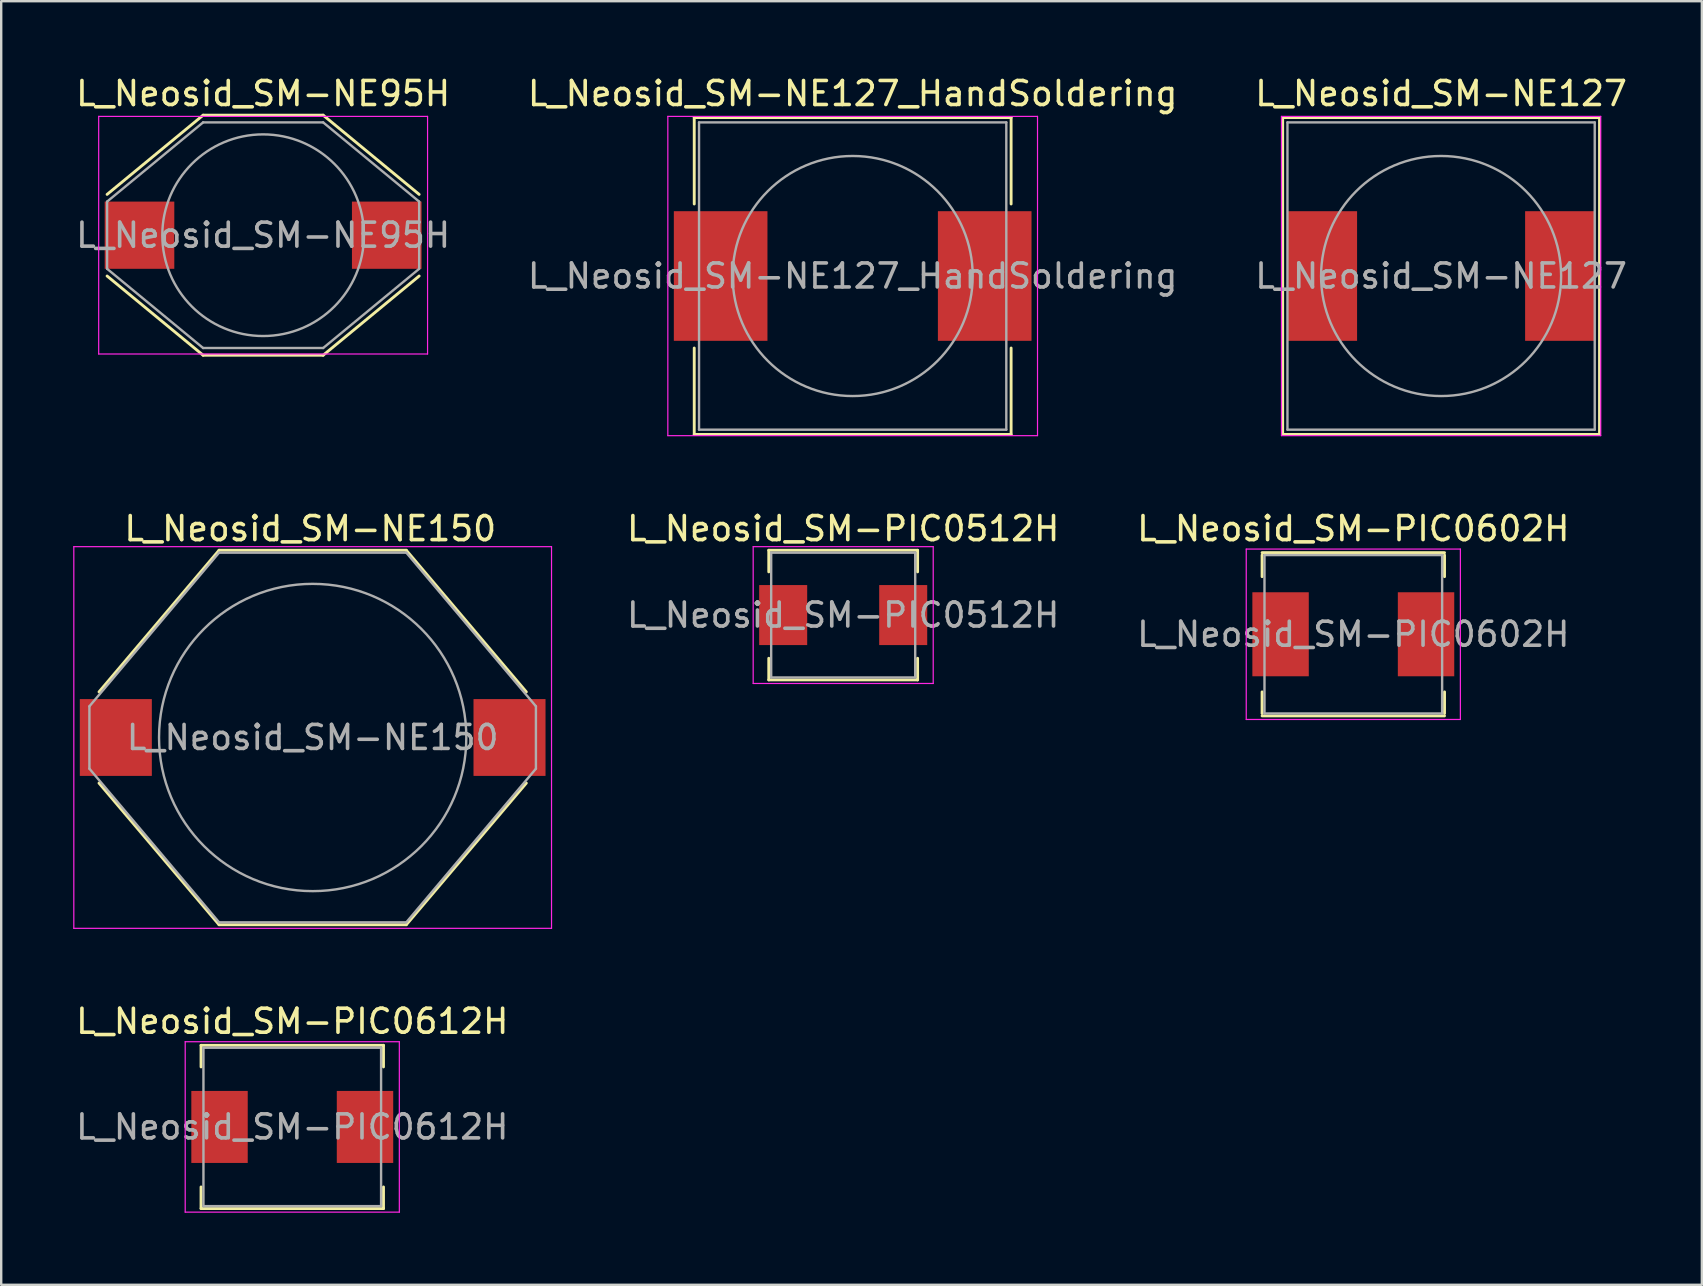
<source format=kicad_pcb>
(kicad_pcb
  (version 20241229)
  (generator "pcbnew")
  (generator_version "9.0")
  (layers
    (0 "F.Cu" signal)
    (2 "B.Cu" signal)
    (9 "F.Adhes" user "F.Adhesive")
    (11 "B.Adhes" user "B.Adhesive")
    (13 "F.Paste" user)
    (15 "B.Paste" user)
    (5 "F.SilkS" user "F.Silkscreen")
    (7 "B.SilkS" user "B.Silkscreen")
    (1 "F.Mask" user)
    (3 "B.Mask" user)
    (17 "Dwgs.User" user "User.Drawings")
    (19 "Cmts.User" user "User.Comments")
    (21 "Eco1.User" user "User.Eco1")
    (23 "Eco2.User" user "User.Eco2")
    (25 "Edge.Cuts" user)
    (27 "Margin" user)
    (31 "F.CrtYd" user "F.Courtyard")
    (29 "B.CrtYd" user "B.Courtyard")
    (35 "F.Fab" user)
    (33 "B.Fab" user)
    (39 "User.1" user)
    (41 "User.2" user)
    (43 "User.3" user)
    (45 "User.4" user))
  (footprint "L_Neosid_SM-NE150"
    (layer "F.Cu")
    (at 9.975 27.672)
    (property "Reference" "L_Neosid_SM-NE150" (at -0.1 -8.7 0) (layer "F.SilkS") (effects (font (size 1 1) (thickness 0.15))))
    (attr smd)
    (fp_line (start -8.9 1.9) (end -3.9 7.8) (stroke (width 0.12) (type solid)) (layer "F.SilkS"))
    (fp_line (start -3.9 -7.8) (end -8.9 -1.9) (stroke (width 0.12) (type solid)) (layer "F.SilkS"))
    (fp_line (start -3.9 -7.8) (end 3.9 -7.8) (stroke (width 0.12) (type solid)) (layer "F.SilkS"))
    (fp_line (start -3.9 7.8) (end 3.9 7.8) (stroke (width 0.12) (type solid)) (layer "F.SilkS"))
    (fp_line (start 3.9 -7.8) (end 8.9 -1.9) (stroke (width 0.12) (type solid)) (layer "F.SilkS"))
    (fp_line (start 3.9 7.8) (end 8.9 1.9) (stroke (width 0.12) (type solid)) (layer "F.SilkS"))
    (fp_line (start -9.95 -7.95) (end -9.95 7.95) (stroke (width 0.05) (type solid)) (layer "F.CrtYd"))
    (fp_line (start -9.95 -7.95) (end 9.95 -7.95) (stroke (width 0.05) (type solid)) (layer "F.CrtYd"))
    (fp_line (start 9.95 7.95) (end -9.95 7.95) (stroke (width 0.05) (type solid)) (layer "F.CrtYd"))
    (fp_line (start 9.95 7.95) (end 9.95 -7.95) (stroke (width 0.05) (type solid)) (layer "F.CrtYd"))
    (fp_line (start -9.3 -1.3) (end -3.9 -7.7) (stroke (width 0.1) (type solid)) (layer "F.Fab"))
    (fp_line (start -9.3 1.3) (end -9.3 -1.3) (stroke (width 0.1) (type solid)) (layer "F.Fab"))
    (fp_line (start -3.9 -7.7) (end 3.9 -7.7) (stroke (width 0.1) (type solid)) (layer "F.Fab"))
    (fp_line (start -3.9 7.7) (end -9.3 1.3) (stroke (width 0.1) (type solid)) (layer "F.Fab"))
    (fp_line (start 3.9 -7.7) (end 9.3 -1.3) (stroke (width 0.1) (type solid)) (layer "F.Fab"))
    (fp_line (start 3.9 7.7) (end -3.9 7.7) (stroke (width 0.1) (type solid)) (layer "F.Fab"))
    (fp_line (start 9.3 -1.3) (end 9.3 1.3) (stroke (width 0.1) (type solid)) (layer "F.Fab"))
    (fp_line (start 9.3 1.3) (end 3.9 7.7) (stroke (width 0.1) (type solid)) (layer "F.Fab"))
    (fp_circle (center 0 0) (end -6.4 0) (stroke (width 0.1) (type solid)) (fill no) (layer "F.Fab"))
    (fp_text user "${REFERENCE}" (at 0 0 0) (layer "F.Fab") (effects (font (size 1 1) (thickness 0.15))))
    (pad "1" smd rect (at -8.2 0 180) (size 3 3.2) (layers "F.Cu" "F.Mask" "F.Paste"))
    (pad "2" smd rect (at 8.2 0) (size 3 3.2) (layers "F.Cu" "F.Mask" "F.Paste")))
  (footprint "L_Neosid_SM-NE127_HandSoldering"
    (layer "F.Cu")
    (at 32.47 8.448)
    (property "Reference" "L_Neosid_SM-NE127_HandSoldering" (at 0 -7.6 0) (layer "F.SilkS") (effects (font (size 1 1) (thickness 0.15))))
    (attr smd)
    (fp_line (start -6.6 -6.6) (end 6.6 -6.6) (stroke (width 0.12) (type solid)) (layer "F.SilkS"))
    (fp_line (start -6.6 -3) (end -6.6 -6.6) (stroke (width 0.12) (type solid)) (layer "F.SilkS"))
    (fp_line (start -6.6 6.6) (end -6.6 3) (stroke (width 0.12) (type solid)) (layer "F.SilkS"))
    (fp_line (start 6.6 -6.6) (end 6.6 -3) (stroke (width 0.12) (type solid)) (layer "F.SilkS"))
    (fp_line (start 6.6 3) (end 6.6 6.6) (stroke (width 0.12) (type solid)) (layer "F.SilkS"))
    (fp_line (start 6.6 6.6) (end -6.6 6.6) (stroke (width 0.12) (type solid)) (layer "F.SilkS"))
    (fp_line (start -7.7 -6.65) (end -7.7 6.65) (stroke (width 0.05) (type solid)) (layer "F.CrtYd"))
    (fp_line (start -7.7 -6.65) (end 7.7 -6.65) (stroke (width 0.05) (type solid)) (layer "F.CrtYd"))
    (fp_line (start 7.7 6.65) (end -7.7 6.65) (stroke (width 0.05) (type solid)) (layer "F.CrtYd"))
    (fp_line (start 7.7 6.65) (end 7.7 -6.65) (stroke (width 0.05) (type solid)) (layer "F.CrtYd"))
    (fp_line (start -6.4 -6.4) (end 6.4 -6.4) (stroke (width 0.1) (type solid)) (layer "F.Fab"))
    (fp_line (start -6.4 6.4) (end -6.4 -6.4) (stroke (width 0.1) (type solid)) (layer "F.Fab"))
    (fp_line (start 6.4 -6.4) (end 6.4 6.4) (stroke (width 0.1) (type solid)) (layer "F.Fab"))
    (fp_line (start 6.4 6.4) (end -6.4 6.4) (stroke (width 0.1) (type solid)) (layer "F.Fab"))
    (fp_circle (center 0 0) (end 5 0) (stroke (width 0.1) (type solid)) (fill no) (layer "F.Fab"))
    (fp_text user "${REFERENCE}" (at 0 0 0) (layer "F.Fab") (effects (font (size 1 1) (thickness 0.15))))
    (pad "1" smd rect (at -5.5 0) (size 3.9 5.4) (layers "F.Cu" "F.Mask" "F.Paste"))
    (pad "2" smd rect (at 5.5 0) (size 3.9 5.4) (layers "F.Cu" "F.Mask" "F.Paste")))
  (footprint "L_Neosid_SM-NE95H"
    (layer "F.Cu")
    (at 7.911 6.748)
    (property "Reference" "L_Neosid_SM-NE95H" (at 0 -5.9 0) (layer "F.SilkS") (effects (font (size 1 1) (thickness 0.15))))
    (attr smd)
    (fp_line (start -6.5 -1.7) (end -2.5 -5) (stroke (width 0.12) (type solid)) (layer "F.SilkS"))
    (fp_line (start -2.5 -5) (end 2.5 -5) (stroke (width 0.12) (type solid)) (layer "F.SilkS"))
    (fp_line (start -2.5 5) (end -6.5 1.7) (stroke (width 0.12) (type solid)) (layer "F.SilkS"))
    (fp_line (start 2.5 -5) (end 6.5 -1.7) (stroke (width 0.12) (type solid)) (layer "F.SilkS"))
    (fp_line (start 2.5 5) (end -2.5 5) (stroke (width 0.12) (type solid)) (layer "F.SilkS"))
    (fp_line (start 6.5 1.7) (end 2.5 5) (stroke (width 0.12) (type solid)) (layer "F.SilkS"))
    (fp_line (start -6.85 -4.95) (end -6.85 4.95) (stroke (width 0.05) (type solid)) (layer "F.CrtYd"))
    (fp_line (start -6.85 -4.95) (end 6.85 -4.95) (stroke (width 0.05) (type solid)) (layer "F.CrtYd"))
    (fp_line (start 6.85 4.95) (end -6.85 4.95) (stroke (width 0.05) (type solid)) (layer "F.CrtYd"))
    (fp_line (start 6.85 4.95) (end 6.85 -4.95) (stroke (width 0.05) (type solid)) (layer "F.CrtYd"))
    (fp_line (start -6.5 -1.4) (end -2.5 -4.7) (stroke (width 0.1) (type solid)) (layer "F.Fab"))
    (fp_line (start -6.5 1.4) (end -6.5 -1.4) (stroke (width 0.1) (type solid)) (layer "F.Fab"))
    (fp_line (start -2.5 -4.7) (end 2.5 -4.7) (stroke (width 0.1) (type solid)) (layer "F.Fab"))
    (fp_line (start -2.5 4.7) (end -6.5 1.4) (stroke (width 0.1) (type solid)) (layer "F.Fab"))
    (fp_line (start 2.5 -4.7) (end 6.5 -1.4) (stroke (width 0.1) (type solid)) (layer "F.Fab"))
    (fp_line (start 2.5 4.7) (end -2.5 4.7) (stroke (width 0.1) (type solid)) (layer "F.Fab"))
    (fp_line (start 6.5 -1.4) (end 6.5 1.4) (stroke (width 0.1) (type solid)) (layer "F.Fab"))
    (fp_line (start 6.5 1.4) (end 2.5 4.7) (stroke (width 0.1) (type solid)) (layer "F.Fab"))
    (fp_circle (center 0 0) (end 0 -4.2) (stroke (width 0.1) (type solid)) (fill no) (layer "F.Fab"))
    (fp_text user "${REFERENCE}" (at 0 0 0) (layer "F.Fab") (effects (font (size 1 1) (thickness 0.15))))
    (pad "1" smd rect (at -5.15 0) (size 2.9 2.8) (layers "F.Cu" "F.Mask" "F.Paste"))
    (pad "2" smd rect (at 5.15 0) (size 2.9 2.8) (layers "F.Cu" "F.Mask" "F.Paste")))
  (footprint "L_Neosid_SM-PIC0602H"
    (layer "F.Cu")
    (at 53.325 23.372)
    (property "Reference" "L_Neosid_SM-PIC0602H" (at 0 -4.4 0) (layer "F.SilkS") (effects (font (size 1 1) (thickness 0.15))))
    (attr smd)
    (fp_line (start -3.8 -3.3) (end -3.8 -2.4) (stroke (width 0.12) (type solid)) (layer "F.SilkS"))
    (fp_line (start -3.8 2.4) (end -3.8 3.3) (stroke (width 0.12) (type solid)) (layer "F.SilkS"))
    (fp_line (start -3.8 3.4) (end 3.8 3.4) (stroke (width 0.12) (type solid)) (layer "F.SilkS"))
    (fp_line (start 3.8 -3.4) (end -3.8 -3.4) (stroke (width 0.12) (type solid)) (layer "F.SilkS"))
    (fp_line (start 3.8 -2.4) (end 3.8 -3.3) (stroke (width 0.12) (type solid)) (layer "F.SilkS"))
    (fp_line (start 3.8 3.3) (end 3.8 2.4) (stroke (width 0.12) (type solid)) (layer "F.SilkS"))
    (fp_line (start -4.46 -3.55) (end -4.46 3.55) (stroke (width 0.05) (type solid)) (layer "F.CrtYd"))
    (fp_line (start -4.46 -3.55) (end 4.46 -3.55) (stroke (width 0.05) (type solid)) (layer "F.CrtYd"))
    (fp_line (start 4.46 3.55) (end -4.46 3.55) (stroke (width 0.05) (type solid)) (layer "F.CrtYd"))
    (fp_line (start 4.46 3.55) (end 4.46 -3.55) (stroke (width 0.05) (type solid)) (layer "F.CrtYd"))
    (fp_line (start -3.7 -3.3) (end -3.7 3.3) (stroke (width 0.1) (type solid)) (layer "F.Fab"))
    (fp_line (start -3.7 3.3) (end 3.7 3.3) (stroke (width 0.1) (type solid)) (layer "F.Fab"))
    (fp_line (start 3.7 -3.3) (end -3.7 -3.3) (stroke (width 0.1) (type solid)) (layer "F.Fab"))
    (fp_line (start 3.7 3.3) (end 3.7 -3.3) (stroke (width 0.1) (type solid)) (layer "F.Fab"))
    (fp_text user "${REFERENCE}" (at 0 0 0) (layer "F.Fab") (effects (font (size 1 1) (thickness 0.15))))
    (pad "1" smd rect (at -3.03 0) (size 2.35 3.5) (layers "F.Cu" "F.Mask" "F.Paste"))
    (pad "2" smd rect (at 3.03 0) (size 2.35 3.5) (layers "F.Cu" "F.Mask" "F.Paste")))
  (footprint "L_Neosid_SM-PIC0512H"
    (layer "F.Cu")
    (at 32.075 22.572)
    (property "Reference" "L_Neosid_SM-PIC0512H" (at 0 -3.6 0) (layer "F.SilkS") (effects (font (size 1 1) (thickness 0.15))))
    (attr smd)
    (fp_line (start -3.1 -2.7) (end -3.1 -1.8) (stroke (width 0.12) (type solid)) (layer "F.SilkS"))
    (fp_line (start -3.1 2.7) (end -3.1 1.8) (stroke (width 0.12) (type solid)) (layer "F.SilkS"))
    (fp_line (start 3.1 -2.7) (end -3.1 -2.7) (stroke (width 0.12) (type solid)) (layer "F.SilkS"))
    (fp_line (start 3.1 -2.7) (end 3.1 -1.8) (stroke (width 0.12) (type solid)) (layer "F.SilkS"))
    (fp_line (start 3.1 1.8) (end 3.1 2.7) (stroke (width 0.12) (type solid)) (layer "F.SilkS"))
    (fp_line (start 3.1 2.7) (end -3.1 2.7) (stroke (width 0.12) (type solid)) (layer "F.SilkS"))
    (fp_line (start -3.75 -2.85) (end -3.75 2.85) (stroke (width 0.05) (type solid)) (layer "F.CrtYd"))
    (fp_line (start -3.75 -2.85) (end 3.75 -2.85) (stroke (width 0.05) (type solid)) (layer "F.CrtYd"))
    (fp_line (start 3.75 2.85) (end -3.75 2.85) (stroke (width 0.05) (type solid)) (layer "F.CrtYd"))
    (fp_line (start 3.75 2.85) (end 3.75 -2.85) (stroke (width 0.05) (type solid)) (layer "F.CrtYd"))
    (fp_line (start -3 -2.6) (end 3 -2.6) (stroke (width 0.1) (type solid)) (layer "F.Fab"))
    (fp_line (start -3 2.6) (end -3 -2.6) (stroke (width 0.1) (type solid)) (layer "F.Fab"))
    (fp_line (start 3 -2.6) (end 3 2.6) (stroke (width 0.1) (type solid)) (layer "F.Fab"))
    (fp_line (start 3 2.6) (end -3 2.6) (stroke (width 0.1) (type solid)) (layer "F.Fab"))
    (fp_text user "${REFERENCE}" (at 0 0 0) (layer "F.Fab") (effects (font (size 1 1) (thickness 0.15))))
    (pad "1" smd rect (at -2.5 0 180) (size 2 2.5) (layers "F.Cu" "F.Mask" "F.Paste"))
    (pad "2" smd rect (at 2.5 0 180) (size 2 2.5) (layers "F.Cu" "F.Mask" "F.Paste")))
  (footprint "L_Neosid_SM-PIC0612H"
    (layer "F.Cu")
    (at 9.125 43.895)
    (property "Reference" "L_Neosid_SM-PIC0612H" (at 0 -4.4 0) (layer "F.SilkS") (effects (font (size 1 1) (thickness 0.15))))
    (attr smd)
    (fp_line (start -3.8 -3.4) (end -3.8 -2.5) (stroke (width 0.12) (type solid)) (layer "F.SilkS"))
    (fp_line (start -3.8 2.5) (end -3.8 3.4) (stroke (width 0.12) (type solid)) (layer "F.SilkS"))
    (fp_line (start -3.8 3.4) (end 3.8 3.4) (stroke (width 0.12) (type solid)) (layer "F.SilkS"))
    (fp_line (start 3.8 -3.4) (end -3.8 -3.4) (stroke (width 0.12) (type solid)) (layer "F.SilkS"))
    (fp_line (start 3.8 -2.5) (end 3.8 -3.4) (stroke (width 0.12) (type solid)) (layer "F.SilkS"))
    (fp_line (start 3.8 3.4) (end 3.8 2.5) (stroke (width 0.12) (type solid)) (layer "F.SilkS"))
    (fp_line (start -4.46 -3.55) (end -4.46 3.55) (stroke (width 0.05) (type solid)) (layer "F.CrtYd"))
    (fp_line (start -4.46 -3.55) (end 4.46 -3.55) (stroke (width 0.05) (type solid)) (layer "F.CrtYd"))
    (fp_line (start 4.46 3.55) (end -4.46 3.55) (stroke (width 0.05) (type solid)) (layer "F.CrtYd"))
    (fp_line (start 4.46 3.55) (end 4.46 -3.55) (stroke (width 0.05) (type solid)) (layer "F.CrtYd"))
    (fp_line (start -3.7 -3.3) (end 3.7 -3.3) (stroke (width 0.1) (type solid)) (layer "F.Fab"))
    (fp_line (start -3.7 3.3) (end -3.7 -3.3) (stroke (width 0.1) (type solid)) (layer "F.Fab"))
    (fp_line (start 3.7 -3.3) (end 3.7 3.3) (stroke (width 0.1) (type solid)) (layer "F.Fab"))
    (fp_line (start 3.7 3.3) (end -3.7 3.3) (stroke (width 0.1) (type solid)) (layer "F.Fab"))
    (fp_text user "${REFERENCE}" (at 0 0 0) (layer "F.Fab") (effects (font (size 1 1) (thickness 0.15))))
    (pad "1" smd rect (at -3.03 0) (size 2.35 3) (layers "F.Cu" "F.Mask" "F.Paste"))
    (pad "2" smd rect (at 3.03 0) (size 2.35 3) (layers "F.Cu" "F.Mask" "F.Paste")))
  (footprint "L_Neosid_SM-NE127"
    (layer "F.Cu")
    (at 56.982 8.448)
    (property "Reference" "L_Neosid_SM-NE127" (at 0 -7.6 0) (layer "F.SilkS") (effects (font (size 1 1) (thickness 0.15))))
    (attr smd)
    (fp_line (start -6.6 -6.6) (end 6.6 -6.6) (stroke (width 0.12) (type solid)) (layer "F.SilkS"))
    (fp_line (start -6.6 6.6) (end -6.6 -6.6) (stroke (width 0.12) (type solid)) (layer "F.SilkS"))
    (fp_line (start 6.6 -6.6) (end 6.6 6.6) (stroke (width 0.12) (type solid)) (layer "F.SilkS"))
    (fp_line (start 6.6 6.6) (end -6.6 6.6) (stroke (width 0.12) (type solid)) (layer "F.SilkS"))
    (fp_line (start -6.65 -6.65) (end -6.65 6.65) (stroke (width 0.05) (type solid)) (layer "F.CrtYd"))
    (fp_line (start -6.65 -6.65) (end 6.65 -6.65) (stroke (width 0.05) (type solid)) (layer "F.CrtYd"))
    (fp_line (start 6.65 6.65) (end -6.65 6.65) (stroke (width 0.05) (type solid)) (layer "F.CrtYd"))
    (fp_line (start 6.65 6.65) (end 6.65 -6.65) (stroke (width 0.05) (type solid)) (layer "F.CrtYd"))
    (fp_line (start -6.4 -6.4) (end 6.4 -6.4) (stroke (width 0.1) (type solid)) (layer "F.Fab"))
    (fp_line (start -6.4 6.4) (end -6.4 -6.4) (stroke (width 0.1) (type solid)) (layer "F.Fab"))
    (fp_line (start 6.4 -6.4) (end 6.4 6.4) (stroke (width 0.1) (type solid)) (layer "F.Fab"))
    (fp_line (start 6.4 6.4) (end -6.4 6.4) (stroke (width 0.1) (type solid)) (layer "F.Fab"))
    (fp_circle (center 0 0) (end 5 0) (stroke (width 0.1) (type solid)) (fill no) (layer "F.Fab"))
    (fp_text user "${REFERENCE}" (at 0 0 0) (layer "F.Fab") (effects (font (size 1 1) (thickness 0.15))))
    (pad "1" smd rect (at -4.95 0) (size 2.9 5.4) (layers "F.Cu" "F.Mask" "F.Paste"))
    (pad "2" smd rect (at 4.95 0) (size 2.9 5.4) (layers "F.Cu" "F.Mask" "F.Paste")))
  (gr_rect
    (start -3 -3)
    (end 67.845 50.47)
    (stroke (width 0.1) (type default))
    (fill no)
    (layer "Edge.Cuts")))
</source>
